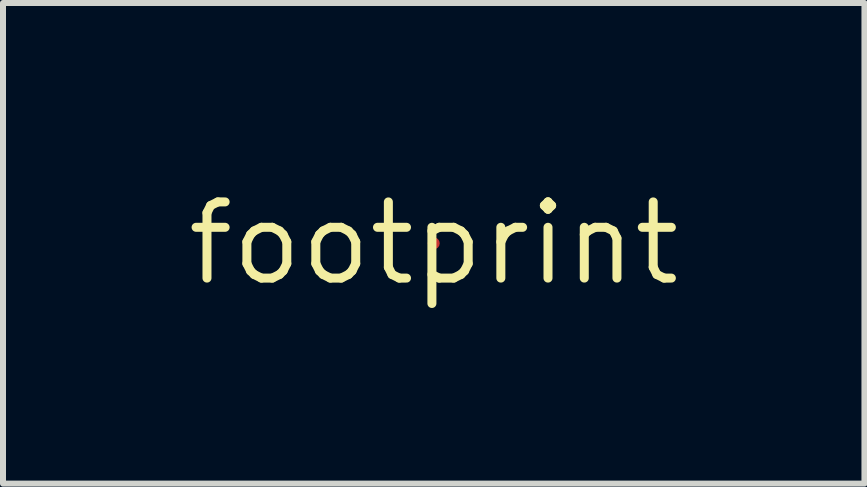
<source format=kicad_pcb>
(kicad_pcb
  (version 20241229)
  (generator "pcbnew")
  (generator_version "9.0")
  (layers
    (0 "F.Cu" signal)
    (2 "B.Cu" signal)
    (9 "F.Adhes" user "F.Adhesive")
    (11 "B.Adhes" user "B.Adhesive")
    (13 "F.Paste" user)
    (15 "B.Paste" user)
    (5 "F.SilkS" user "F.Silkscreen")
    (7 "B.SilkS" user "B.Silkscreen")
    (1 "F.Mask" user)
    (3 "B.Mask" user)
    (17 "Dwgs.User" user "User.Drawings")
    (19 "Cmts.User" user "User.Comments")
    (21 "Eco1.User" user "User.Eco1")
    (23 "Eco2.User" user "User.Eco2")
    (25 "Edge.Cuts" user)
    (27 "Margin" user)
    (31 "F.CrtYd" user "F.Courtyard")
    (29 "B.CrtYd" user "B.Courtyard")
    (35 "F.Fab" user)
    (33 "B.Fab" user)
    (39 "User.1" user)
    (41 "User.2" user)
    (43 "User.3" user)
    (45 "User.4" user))
  (footprint "footprint"
    (layer "F.Cu")
    (at 4.18 1.006)
    (property "Reference" "footprint" (at 0 0 0) (layer "F.SilkS") (effects (font (size 1.27 1.27) (thickness 0.15))))
    (fp_circle (center 0 0) (end 0.06 0) (stroke (width 0.152) (type solid)) (fill no) (layer "F.Mask"))
    (pad "1" smd roundrect (at 0 0) (size 0.2 0.2) (layers "F.Cu") (roundrect_rratio 0.5)))
  (gr_rect
    (start -3 -3)
    (end 11.36 5.012)
    (stroke (width 0.1) (type default))
    (fill no)
    (layer "Edge.Cuts")))
</source>
